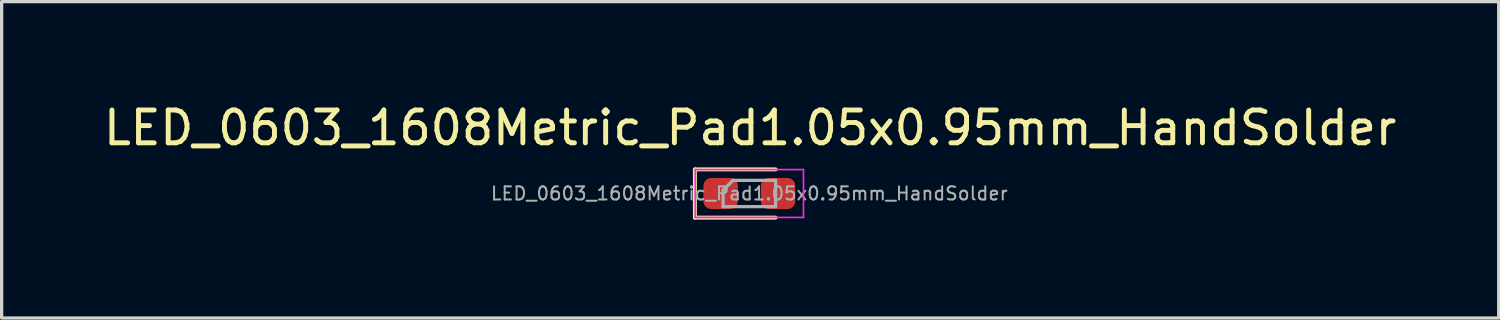
<source format=kicad_pcb>
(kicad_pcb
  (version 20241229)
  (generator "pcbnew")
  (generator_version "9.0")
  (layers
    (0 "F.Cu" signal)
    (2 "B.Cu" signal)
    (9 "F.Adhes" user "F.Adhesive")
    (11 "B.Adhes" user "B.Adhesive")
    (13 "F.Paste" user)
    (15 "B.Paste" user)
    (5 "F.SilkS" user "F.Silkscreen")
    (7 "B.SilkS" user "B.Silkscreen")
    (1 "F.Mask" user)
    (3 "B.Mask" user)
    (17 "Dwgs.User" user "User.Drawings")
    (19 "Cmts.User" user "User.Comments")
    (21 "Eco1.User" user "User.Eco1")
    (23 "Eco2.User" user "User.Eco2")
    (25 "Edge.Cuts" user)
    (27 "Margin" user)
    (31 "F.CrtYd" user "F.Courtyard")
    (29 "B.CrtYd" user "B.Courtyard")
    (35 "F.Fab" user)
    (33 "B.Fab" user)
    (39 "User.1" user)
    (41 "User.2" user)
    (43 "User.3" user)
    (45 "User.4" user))
  (footprint "LED_0603_1608Metric_Pad1.05x0.95mm_HandSolder"
    (layer "F.Cu")
    (at 19.79 2.848)
    (property "Reference" "LED_0603_1608Metric_Pad1.05x0.95mm_HandSolder" (at 0.025 -2 0) (layer "F.SilkS") (effects (font (size 1 1) (thickness 0.15))))
    (attr smd)
    (fp_line (start -1.66 -0.735) (end -1.66 0.735) (stroke (width 0.12) (type solid)) (layer "F.SilkS"))
    (fp_line (start -1.66 0.735) (end 0.8 0.735) (stroke (width 0.12) (type solid)) (layer "F.SilkS"))
    (fp_line (start 0.8 -0.735) (end -1.66 -0.735) (stroke (width 0.12) (type solid)) (layer "F.SilkS"))
    (fp_line (start -1.65 -0.73) (end 1.65 -0.73) (stroke (width 0.05) (type solid)) (layer "F.CrtYd"))
    (fp_line (start -1.65 0.73) (end -1.65 -0.73) (stroke (width 0.05) (type solid)) (layer "F.CrtYd"))
    (fp_line (start 1.65 -0.73) (end 1.65 0.73) (stroke (width 0.05) (type solid)) (layer "F.CrtYd"))
    (fp_line (start 1.65 0.73) (end -1.65 0.73) (stroke (width 0.05) (type solid)) (layer "F.CrtYd"))
    (fp_line (start -0.8 -0.1) (end -0.8 0.4) (stroke (width 0.1) (type solid)) (layer "F.Fab"))
    (fp_line (start -0.8 0.4) (end 0.8 0.4) (stroke (width 0.1) (type solid)) (layer "F.Fab"))
    (fp_line (start -0.5 -0.4) (end -0.8 -0.1) (stroke (width 0.1) (type solid)) (layer "F.Fab"))
    (fp_line (start 0.8 -0.4) (end -0.5 -0.4) (stroke (width 0.1) (type solid)) (layer "F.Fab"))
    (fp_line (start 0.8 0.4) (end 0.8 -0.4) (stroke (width 0.1) (type solid)) (layer "F.Fab"))
    (fp_text user "${REFERENCE}" (at 0 0 0) (layer "F.Fab") (effects (font (size 0.4 0.4) (thickness 0.06))))
    (pad "1" smd roundrect (at -0.875 0) (size 1.05 0.95) (layers "F.Cu" "F.Mask" "F.Paste") (roundrect_rratio 0.25))
    (pad "2" smd roundrect (at 0.875 0) (size 1.05 0.95) (layers "F.Cu" "F.Mask" "F.Paste") (roundrect_rratio 0.25)))
  (gr_rect
    (start -3 -3)
    (end 42.631 6.643)
    (stroke (width 0.1) (type default))
    (fill no)
    (layer "Edge.Cuts")))
</source>
